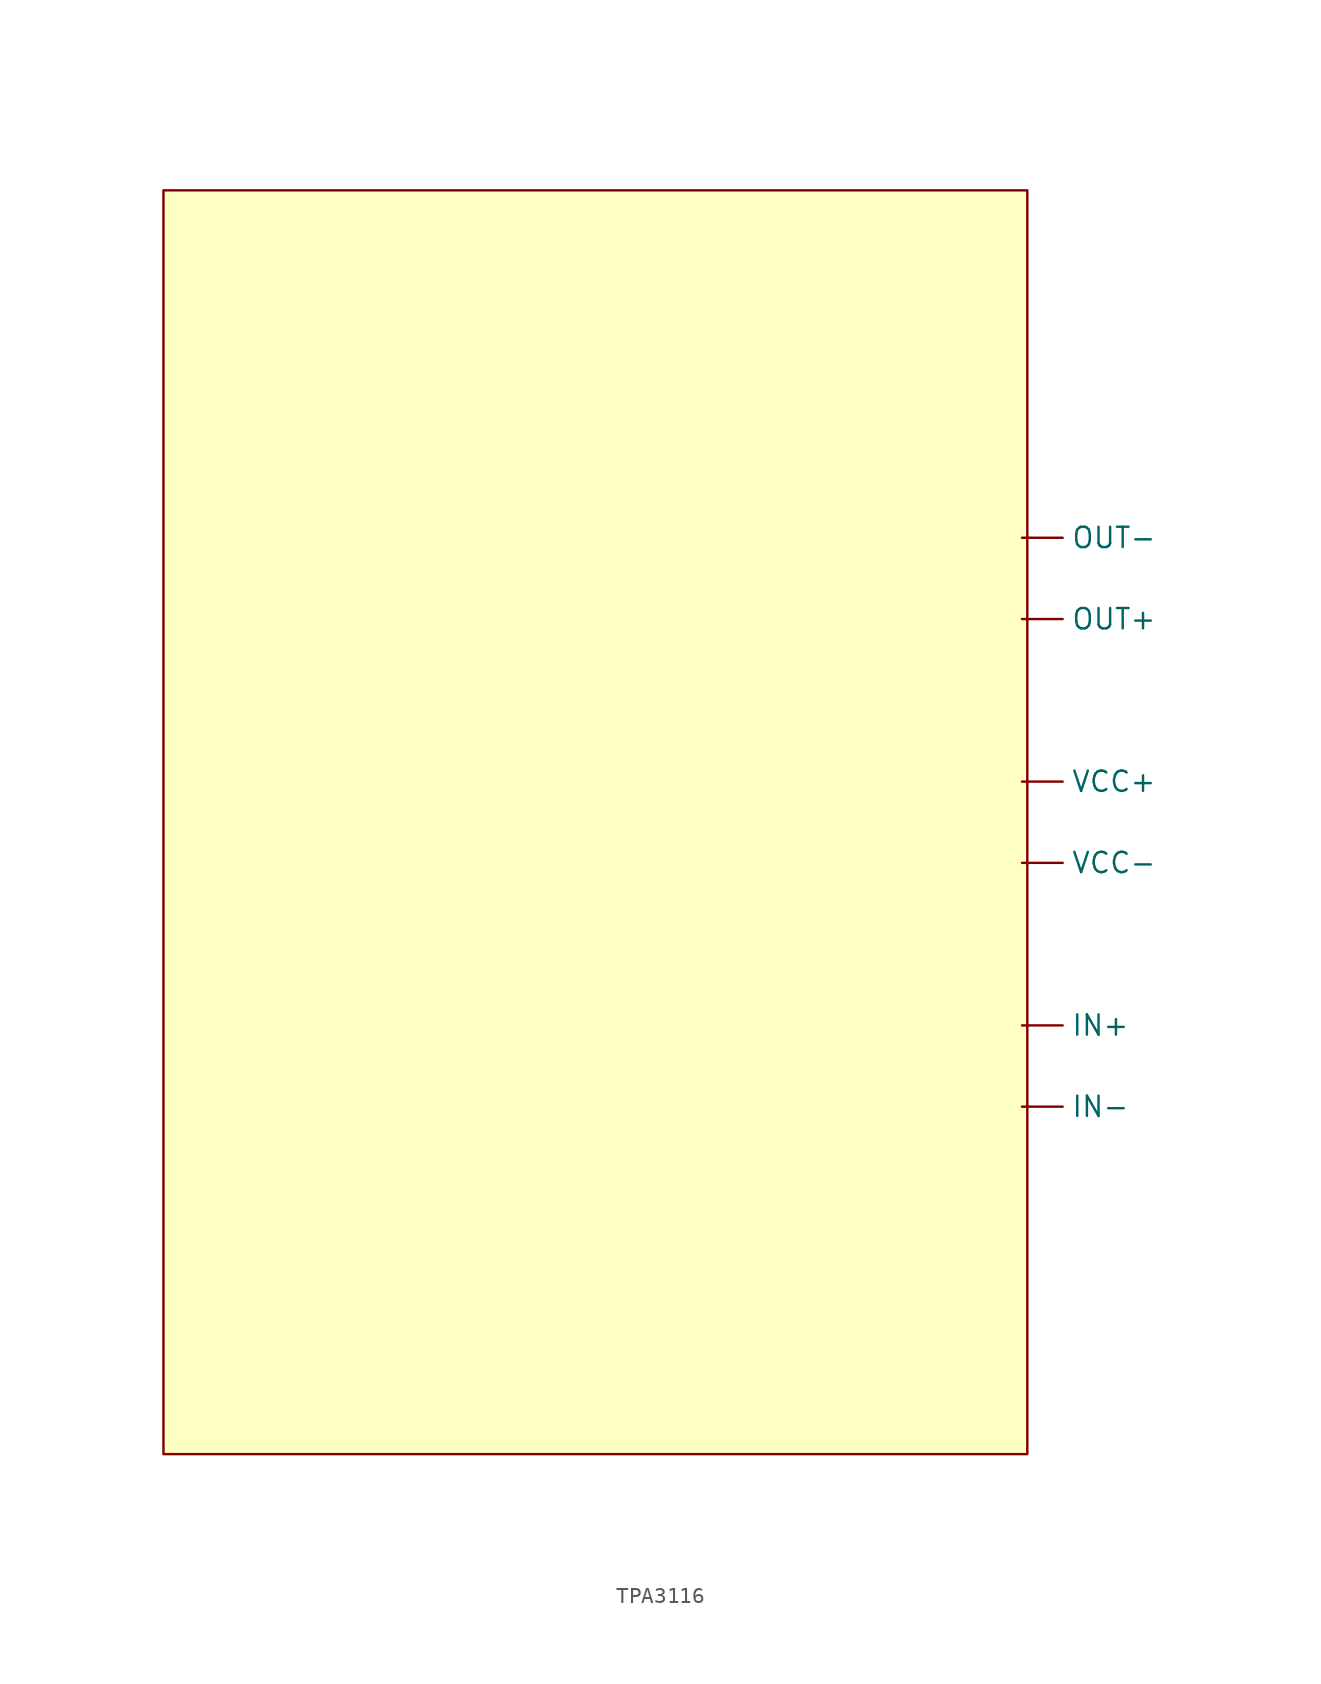
<source format=kicad_sym>
(kicad_symbol_lib
  (version 20241209)
  (generator "kicad_symbol_editor")
  (generator_version "9.0")
  (symbol "TPA3116"
    (property "Reference" "U"
      (at 0 0 0)
      (effects (font (size 1.27 1.27)) (hide yes)))
    (property "Value" ""
      (at 0 0 0)
      (effects (font (size 1.27 1.27))))
    (symbol "TPA3116_0_1"
      (rectangle (start -27 39.5) (end 27 -39.5) (stroke (width 0) (type default)) (fill (type background))))
    (symbol "TPA3116_1_1"
      (pin output line (at 26.67 17.78 0) (length 2.54) (name "OUT-" (effects (font (size 1.27 1.27)))) (number "" (effects (font (size 1.27 1.27)))))
      (pin output line (at 26.67 12.7 0) (length 2.54) (name "OUT+" (effects (font (size 1.27 1.27)))) (number "" (effects (font (size 1.27 1.27)))))
      (pin power_in line (at 26.67 2.54 0) (length 2.54) (name "VCC+" (effects (font (size 1.27 1.27)))) (number "" (effects (font (size 1.27 1.27)))))
      (pin power_in line (at 26.67 -2.54 0) (length 2.54) (name "VCC-" (effects (font (size 1.27 1.27)))) (number "" (effects (font (size 1.27 1.27)))))
      (pin input line (at 26.67 -12.7 0) (length 2.54) (name "IN+" (effects (font (size 1.27 1.27)))) (number "" (effects (font (size 1.27 1.27)))))
      (pin input line (at 26.67 -17.78 0) (length 2.54) (name "IN-" (effects (font (size 1.27 1.27)))) (number "" (effects (font (size 1.27 1.27))))))))
</source>
